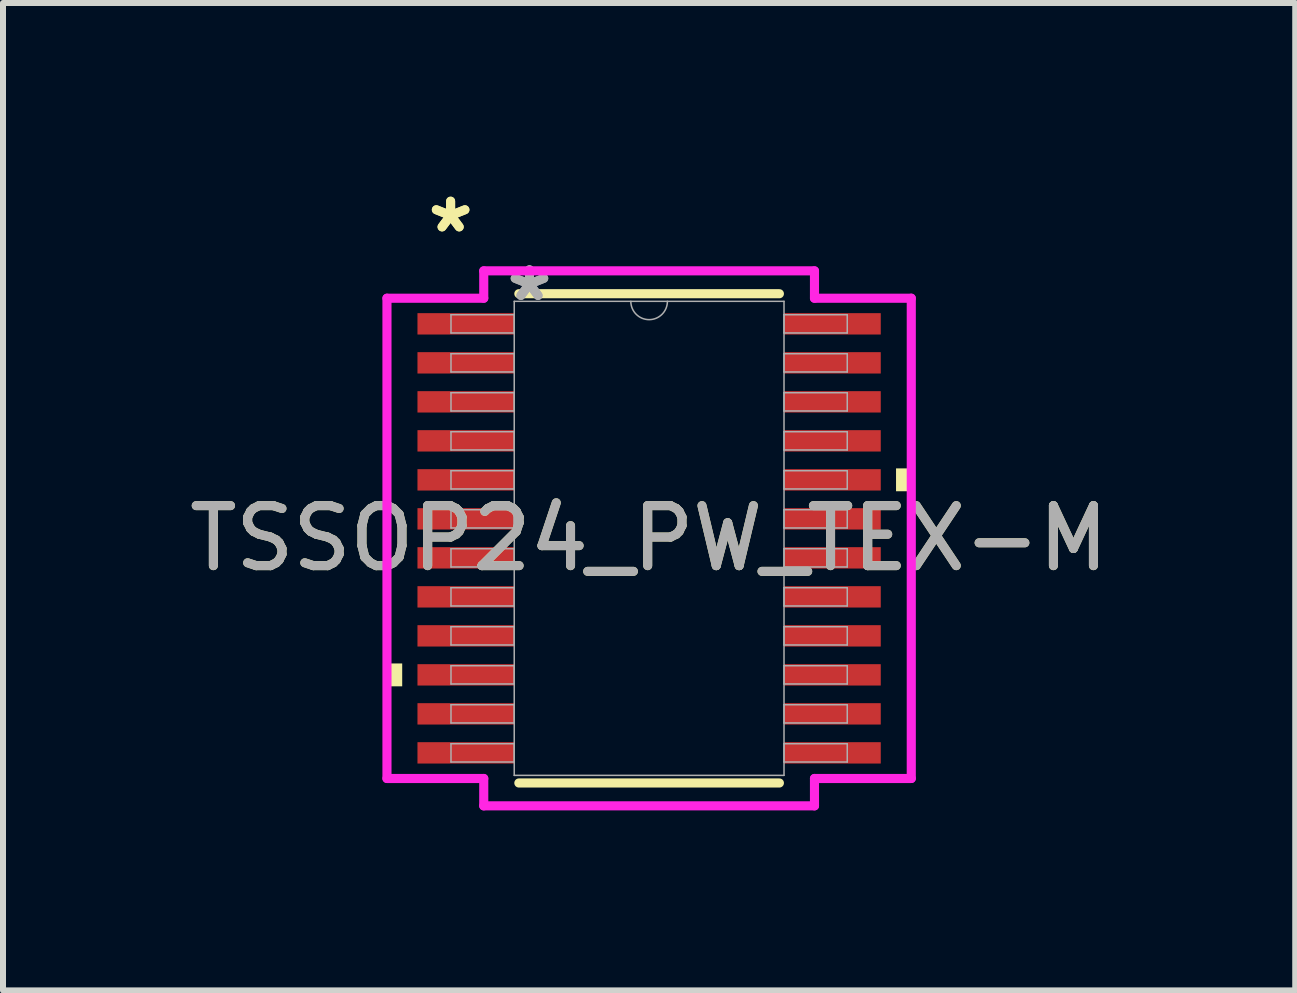
<source format=kicad_pcb>
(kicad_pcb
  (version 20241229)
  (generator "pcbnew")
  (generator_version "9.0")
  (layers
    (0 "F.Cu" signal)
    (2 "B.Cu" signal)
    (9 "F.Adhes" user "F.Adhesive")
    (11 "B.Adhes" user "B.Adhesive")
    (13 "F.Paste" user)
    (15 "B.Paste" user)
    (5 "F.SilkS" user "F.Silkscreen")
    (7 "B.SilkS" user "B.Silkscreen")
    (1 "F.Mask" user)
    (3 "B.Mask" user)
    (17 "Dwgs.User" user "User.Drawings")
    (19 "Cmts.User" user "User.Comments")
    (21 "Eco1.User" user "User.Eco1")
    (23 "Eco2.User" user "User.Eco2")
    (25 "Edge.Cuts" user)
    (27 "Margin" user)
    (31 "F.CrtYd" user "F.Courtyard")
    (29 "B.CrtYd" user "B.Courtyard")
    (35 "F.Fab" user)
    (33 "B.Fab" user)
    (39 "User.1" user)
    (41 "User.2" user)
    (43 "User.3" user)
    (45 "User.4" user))
  (footprint "TSSOP24_PW_TEX-M"
    (layer "F.Cu")
    (at 7.768 5.922)
    (property "Reference" "TSSOP24_PW_TEX-M" (at 0 0 0) (unlocked yes) (layer "F.SilkS") (effects (font (size 1 1) (thickness 0.15))))
    (attr smd)
    (fp_line (start -2.171 4.077) (end 2.171 4.077) (stroke (width 0.152) (type solid)) (layer "F.SilkS"))
    (fp_line (start 2.171 -4.077) (end -2.171 -4.077) (stroke (width 0.152) (type solid)) (layer "F.SilkS"))
    (fp_poly (pts (xy -4.369 2.085) (xy -4.369 2.466) (xy -4.115 2.466) (xy -4.115 2.085)) (stroke (width 0) (type solid)) (fill yes) (layer "F.SilkS"))
    (fp_poly (pts (xy 4.369 -1.166) (xy 4.369 -0.785) (xy 4.115 -0.785) (xy 4.115 -1.166)) (stroke (width 0) (type solid)) (fill yes) (layer "F.SilkS"))
    (fp_line (start -4.369 -4.002) (end -2.756 -4.002) (stroke (width 0.152) (type solid)) (layer "F.CrtYd"))
    (fp_line (start -4.369 4.002) (end -4.369 -4.002) (stroke (width 0.152) (type solid)) (layer "F.CrtYd"))
    (fp_line (start -4.369 4.002) (end -2.756 4.002) (stroke (width 0.152) (type solid)) (layer "F.CrtYd"))
    (fp_line (start -2.756 -4.458) (end 2.756 -4.458) (stroke (width 0.152) (type solid)) (layer "F.CrtYd"))
    (fp_line (start -2.756 -4.002) (end -2.756 -4.458) (stroke (width 0.152) (type solid)) (layer "F.CrtYd"))
    (fp_line (start -2.756 4.458) (end -2.756 4.002) (stroke (width 0.152) (type solid)) (layer "F.CrtYd"))
    (fp_line (start 2.756 -4.458) (end 2.756 -4.002) (stroke (width 0.152) (type solid)) (layer "F.CrtYd"))
    (fp_line (start 2.756 4.002) (end 2.756 4.458) (stroke (width 0.152) (type solid)) (layer "F.CrtYd"))
    (fp_line (start 2.756 4.458) (end -2.756 4.458) (stroke (width 0.152) (type solid)) (layer "F.CrtYd"))
    (fp_line (start 4.369 -4.002) (end 2.756 -4.002) (stroke (width 0.152) (type solid)) (layer "F.CrtYd"))
    (fp_line (start 4.369 -4.002) (end 4.369 4.002) (stroke (width 0.152) (type solid)) (layer "F.CrtYd"))
    (fp_line (start 4.369 4.002) (end 2.756 4.002) (stroke (width 0.152) (type solid)) (layer "F.CrtYd"))
    (fp_line (start -3.302 -3.727) (end -3.302 -3.423) (stroke (width 0.025) (type solid)) (layer "F.Fab"))
    (fp_line (start -3.302 -3.423) (end -2.248 -3.423) (stroke (width 0.025) (type solid)) (layer "F.Fab"))
    (fp_line (start -3.302 -3.077) (end -3.302 -2.773) (stroke (width 0.025) (type solid)) (layer "F.Fab"))
    (fp_line (start -3.302 -2.773) (end -2.248 -2.773) (stroke (width 0.025) (type solid)) (layer "F.Fab"))
    (fp_line (start -3.302 -2.427) (end -3.302 -2.123) (stroke (width 0.025) (type solid)) (layer "F.Fab"))
    (fp_line (start -3.302 -2.123) (end -2.248 -2.123) (stroke (width 0.025) (type solid)) (layer "F.Fab"))
    (fp_line (start -3.302 -1.777) (end -3.302 -1.473) (stroke (width 0.025) (type solid)) (layer "F.Fab"))
    (fp_line (start -3.302 -1.473) (end -2.248 -1.473) (stroke (width 0.025) (type solid)) (layer "F.Fab"))
    (fp_line (start -3.302 -1.127) (end -3.302 -0.823) (stroke (width 0.025) (type solid)) (layer "F.Fab"))
    (fp_line (start -3.302 -0.823) (end -2.248 -0.823) (stroke (width 0.025) (type solid)) (layer "F.Fab"))
    (fp_line (start -3.302 -0.477) (end -3.302 -0.173) (stroke (width 0.025) (type solid)) (layer "F.Fab"))
    (fp_line (start -3.302 -0.173) (end -2.248 -0.173) (stroke (width 0.025) (type solid)) (layer "F.Fab"))
    (fp_line (start -3.302 0.173) (end -3.302 0.477) (stroke (width 0.025) (type solid)) (layer "F.Fab"))
    (fp_line (start -3.302 0.477) (end -2.248 0.477) (stroke (width 0.025) (type solid)) (layer "F.Fab"))
    (fp_line (start -3.302 0.823) (end -3.302 1.127) (stroke (width 0.025) (type solid)) (layer "F.Fab"))
    (fp_line (start -3.302 1.127) (end -2.248 1.127) (stroke (width 0.025) (type solid)) (layer "F.Fab"))
    (fp_line (start -3.302 1.473) (end -3.302 1.777) (stroke (width 0.025) (type solid)) (layer "F.Fab"))
    (fp_line (start -3.302 1.777) (end -2.248 1.777) (stroke (width 0.025) (type solid)) (layer "F.Fab"))
    (fp_line (start -3.302 2.123) (end -3.302 2.427) (stroke (width 0.025) (type solid)) (layer "F.Fab"))
    (fp_line (start -3.302 2.427) (end -2.248 2.427) (stroke (width 0.025) (type solid)) (layer "F.Fab"))
    (fp_line (start -3.302 2.773) (end -3.302 3.077) (stroke (width 0.025) (type solid)) (layer "F.Fab"))
    (fp_line (start -3.302 3.077) (end -2.248 3.077) (stroke (width 0.025) (type solid)) (layer "F.Fab"))
    (fp_line (start -3.302 3.423) (end -3.302 3.727) (stroke (width 0.025) (type solid)) (layer "F.Fab"))
    (fp_line (start -3.302 3.727) (end -2.248 3.727) (stroke (width 0.025) (type solid)) (layer "F.Fab"))
    (fp_line (start -2.248 -3.95) (end -2.248 3.95) (stroke (width 0.025) (type solid)) (layer "F.Fab"))
    (fp_line (start -2.248 -3.727) (end -3.302 -3.727) (stroke (width 0.025) (type solid)) (layer "F.Fab"))
    (fp_line (start -2.248 -3.423) (end -2.248 -3.727) (stroke (width 0.025) (type solid)) (layer "F.Fab"))
    (fp_line (start -2.248 -3.077) (end -3.302 -3.077) (stroke (width 0.025) (type solid)) (layer "F.Fab"))
    (fp_line (start -2.248 -2.773) (end -2.248 -3.077) (stroke (width 0.025) (type solid)) (layer "F.Fab"))
    (fp_line (start -2.248 -2.427) (end -3.302 -2.427) (stroke (width 0.025) (type solid)) (layer "F.Fab"))
    (fp_line (start -2.248 -2.123) (end -2.248 -2.427) (stroke (width 0.025) (type solid)) (layer "F.Fab"))
    (fp_line (start -2.248 -1.777) (end -3.302 -1.777) (stroke (width 0.025) (type solid)) (layer "F.Fab"))
    (fp_line (start -2.248 -1.473) (end -2.248 -1.777) (stroke (width 0.025) (type solid)) (layer "F.Fab"))
    (fp_line (start -2.248 -1.127) (end -3.302 -1.127) (stroke (width 0.025) (type solid)) (layer "F.Fab"))
    (fp_line (start -2.248 -0.823) (end -2.248 -1.127) (stroke (width 0.025) (type solid)) (layer "F.Fab"))
    (fp_line (start -2.248 -0.477) (end -3.302 -0.477) (stroke (width 0.025) (type solid)) (layer "F.Fab"))
    (fp_line (start -2.248 -0.173) (end -2.248 -0.477) (stroke (width 0.025) (type solid)) (layer "F.Fab"))
    (fp_line (start -2.248 0.173) (end -3.302 0.173) (stroke (width 0.025) (type solid)) (layer "F.Fab"))
    (fp_line (start -2.248 0.477) (end -2.248 0.173) (stroke (width 0.025) (type solid)) (layer "F.Fab"))
    (fp_line (start -2.248 0.823) (end -3.302 0.823) (stroke (width 0.025) (type solid)) (layer "F.Fab"))
    (fp_line (start -2.248 1.127) (end -2.248 0.823) (stroke (width 0.025) (type solid)) (layer "F.Fab"))
    (fp_line (start -2.248 1.473) (end -3.302 1.473) (stroke (width 0.025) (type solid)) (layer "F.Fab"))
    (fp_line (start -2.248 1.777) (end -2.248 1.473) (stroke (width 0.025) (type solid)) (layer "F.Fab"))
    (fp_line (start -2.248 2.123) (end -3.302 2.123) (stroke (width 0.025) (type solid)) (layer "F.Fab"))
    (fp_line (start -2.248 2.427) (end -2.248 2.123) (stroke (width 0.025) (type solid)) (layer "F.Fab"))
    (fp_line (start -2.248 2.773) (end -3.302 2.773) (stroke (width 0.025) (type solid)) (layer "F.Fab"))
    (fp_line (start -2.248 3.077) (end -2.248 2.773) (stroke (width 0.025) (type solid)) (layer "F.Fab"))
    (fp_line (start -2.248 3.423) (end -3.302 3.423) (stroke (width 0.025) (type solid)) (layer "F.Fab"))
    (fp_line (start -2.248 3.727) (end -2.248 3.423) (stroke (width 0.025) (type solid)) (layer "F.Fab"))
    (fp_line (start -2.248 3.95) (end 2.248 3.95) (stroke (width 0.025) (type solid)) (layer "F.Fab"))
    (fp_line (start 2.248 -3.95) (end -2.248 -3.95) (stroke (width 0.025) (type solid)) (layer "F.Fab"))
    (fp_line (start 2.248 -3.727) (end 2.248 -3.423) (stroke (width 0.025) (type solid)) (layer "F.Fab"))
    (fp_line (start 2.248 -3.423) (end 3.302 -3.423) (stroke (width 0.025) (type solid)) (layer "F.Fab"))
    (fp_line (start 2.248 -3.077) (end 2.248 -2.773) (stroke (width 0.025) (type solid)) (layer "F.Fab"))
    (fp_line (start 2.248 -2.773) (end 3.302 -2.773) (stroke (width 0.025) (type solid)) (layer "F.Fab"))
    (fp_line (start 2.248 -2.427) (end 2.248 -2.123) (stroke (width 0.025) (type solid)) (layer "F.Fab"))
    (fp_line (start 2.248 -2.123) (end 3.302 -2.123) (stroke (width 0.025) (type solid)) (layer "F.Fab"))
    (fp_line (start 2.248 -1.777) (end 2.248 -1.473) (stroke (width 0.025) (type solid)) (layer "F.Fab"))
    (fp_line (start 2.248 -1.473) (end 3.302 -1.473) (stroke (width 0.025) (type solid)) (layer "F.Fab"))
    (fp_line (start 2.248 -1.127) (end 2.248 -0.823) (stroke (width 0.025) (type solid)) (layer "F.Fab"))
    (fp_line (start 2.248 -0.823) (end 3.302 -0.823) (stroke (width 0.025) (type solid)) (layer "F.Fab"))
    (fp_line (start 2.248 -0.477) (end 2.248 -0.173) (stroke (width 0.025) (type solid)) (layer "F.Fab"))
    (fp_line (start 2.248 -0.173) (end 3.302 -0.173) (stroke (width 0.025) (type solid)) (layer "F.Fab"))
    (fp_line (start 2.248 0.173) (end 2.248 0.477) (stroke (width 0.025) (type solid)) (layer "F.Fab"))
    (fp_line (start 2.248 0.477) (end 3.302 0.477) (stroke (width 0.025) (type solid)) (layer "F.Fab"))
    (fp_line (start 2.248 0.823) (end 2.248 1.127) (stroke (width 0.025) (type solid)) (layer "F.Fab"))
    (fp_line (start 2.248 1.127) (end 3.302 1.127) (stroke (width 0.025) (type solid)) (layer "F.Fab"))
    (fp_line (start 2.248 1.473) (end 2.248 1.777) (stroke (width 0.025) (type solid)) (layer "F.Fab"))
    (fp_line (start 2.248 1.777) (end 3.302 1.777) (stroke (width 0.025) (type solid)) (layer "F.Fab"))
    (fp_line (start 2.248 2.123) (end 2.248 2.427) (stroke (width 0.025) (type solid)) (layer "F.Fab"))
    (fp_line (start 2.248 2.427) (end 3.302 2.427) (stroke (width 0.025) (type solid)) (layer "F.Fab"))
    (fp_line (start 2.248 2.773) (end 2.248 3.077) (stroke (width 0.025) (type solid)) (layer "F.Fab"))
    (fp_line (start 2.248 3.077) (end 3.302 3.077) (stroke (width 0.025) (type solid)) (layer "F.Fab"))
    (fp_line (start 2.248 3.423) (end 2.248 3.727) (stroke (width 0.025) (type solid)) (layer "F.Fab"))
    (fp_line (start 2.248 3.727) (end 3.302 3.727) (stroke (width 0.025) (type solid)) (layer "F.Fab"))
    (fp_line (start 2.248 3.95) (end 2.248 -3.95) (stroke (width 0.025) (type solid)) (layer "F.Fab"))
    (fp_line (start 3.302 -3.727) (end 2.248 -3.727) (stroke (width 0.025) (type solid)) (layer "F.Fab"))
    (fp_line (start 3.302 -3.423) (end 3.302 -3.727) (stroke (width 0.025) (type solid)) (layer "F.Fab"))
    (fp_line (start 3.302 -3.077) (end 2.248 -3.077) (stroke (width 0.025) (type solid)) (layer "F.Fab"))
    (fp_line (start 3.302 -2.773) (end 3.302 -3.077) (stroke (width 0.025) (type solid)) (layer "F.Fab"))
    (fp_line (start 3.302 -2.427) (end 2.248 -2.427) (stroke (width 0.025) (type solid)) (layer "F.Fab"))
    (fp_line (start 3.302 -2.123) (end 3.302 -2.427) (stroke (width 0.025) (type solid)) (layer "F.Fab"))
    (fp_line (start 3.302 -1.777) (end 2.248 -1.777) (stroke (width 0.025) (type solid)) (layer "F.Fab"))
    (fp_line (start 3.302 -1.473) (end 3.302 -1.777) (stroke (width 0.025) (type solid)) (layer "F.Fab"))
    (fp_line (start 3.302 -1.127) (end 2.248 -1.127) (stroke (width 0.025) (type solid)) (layer "F.Fab"))
    (fp_line (start 3.302 -0.823) (end 3.302 -1.127) (stroke (width 0.025) (type solid)) (layer "F.Fab"))
    (fp_line (start 3.302 -0.477) (end 2.248 -0.477) (stroke (width 0.025) (type solid)) (layer "F.Fab"))
    (fp_line (start 3.302 -0.173) (end 3.302 -0.477) (stroke (width 0.025) (type solid)) (layer "F.Fab"))
    (fp_line (start 3.302 0.173) (end 2.248 0.173) (stroke (width 0.025) (type solid)) (layer "F.Fab"))
    (fp_line (start 3.302 0.477) (end 3.302 0.173) (stroke (width 0.025) (type solid)) (layer "F.Fab"))
    (fp_line (start 3.302 0.823) (end 2.248 0.823) (stroke (width 0.025) (type solid)) (layer "F.Fab"))
    (fp_line (start 3.302 1.127) (end 3.302 0.823) (stroke (width 0.025) (type solid)) (layer "F.Fab"))
    (fp_line (start 3.302 1.473) (end 2.248 1.473) (stroke (width 0.025) (type solid)) (layer "F.Fab"))
    (fp_line (start 3.302 1.777) (end 3.302 1.473) (stroke (width 0.025) (type solid)) (layer "F.Fab"))
    (fp_line (start 3.302 2.123) (end 2.248 2.123) (stroke (width 0.025) (type solid)) (layer "F.Fab"))
    (fp_line (start 3.302 2.427) (end 3.302 2.123) (stroke (width 0.025) (type solid)) (layer "F.Fab"))
    (fp_line (start 3.302 2.773) (end 2.248 2.773) (stroke (width 0.025) (type solid)) (layer "F.Fab"))
    (fp_line (start 3.302 3.077) (end 3.302 2.773) (stroke (width 0.025) (type solid)) (layer "F.Fab"))
    (fp_line (start 3.302 3.423) (end 2.248 3.423) (stroke (width 0.025) (type solid)) (layer "F.Fab"))
    (fp_line (start 3.302 3.727) (end 3.302 3.423) (stroke (width 0.025) (type solid)) (layer "F.Fab"))
    (fp_arc (start 0.3048 -3.9497) (mid 0 -3.6449) (end -0.3048 -3.9497) (stroke (width 0.0254) (type solid)) (layer "F.Fab"))
    (fp_text user "*" (at -3.308 -5.074 0) (unlocked yes) (layer "F.SilkS") (effects (font (size 1 1) (thickness 0.15))))
    (fp_text user "*" (at -3.308 -5.074 0) (layer "F.SilkS") (effects (font (size 1 1) (thickness 0.15))))
    (fp_text user "*" (at -1.994 -3.931 0) (layer "F.Fab") (effects (font (size 1 1) (thickness 0.15))))
    (fp_text user "${REFERENCE}" (at 0 0 0) (unlocked yes) (layer "F.Fab") (effects (font (size 1 1) (thickness 0.15))))
    (fp_text user "*" (at -1.994 -3.931 0) (unlocked yes) (layer "F.Fab") (effects (font (size 1 1) (thickness 0.15))))
    (pad "1" smd rect (at -3.054 -3.575) (size 1.613 0.356) (layers "F.Cu" "F.Mask" "F.Paste"))
    (pad "2" smd rect (at -3.054 -2.925) (size 1.613 0.356) (layers "F.Cu" "F.Mask" "F.Paste"))
    (pad "3" smd rect (at -3.054 -2.275) (size 1.613 0.356) (layers "F.Cu" "F.Mask" "F.Paste"))
    (pad "4" smd rect (at -3.054 -1.625) (size 1.613 0.356) (layers "F.Cu" "F.Mask" "F.Paste"))
    (pad "5" smd rect (at -3.054 -0.975) (size 1.613 0.356) (layers "F.Cu" "F.Mask" "F.Paste"))
    (pad "6" smd rect (at -3.054 -0.325) (size 1.613 0.356) (layers "F.Cu" "F.Mask" "F.Paste"))
    (pad "7" smd rect (at -3.054 0.325) (size 1.613 0.356) (layers "F.Cu" "F.Mask" "F.Paste"))
    (pad "8" smd rect (at -3.054 0.975) (size 1.613 0.356) (layers "F.Cu" "F.Mask" "F.Paste"))
    (pad "9" smd rect (at -3.054 1.625) (size 1.613 0.356) (layers "F.Cu" "F.Mask" "F.Paste"))
    (pad "10" smd rect (at -3.054 2.275) (size 1.613 0.356) (layers "F.Cu" "F.Mask" "F.Paste"))
    (pad "11" smd rect (at -3.054 2.925) (size 1.613 0.356) (layers "F.Cu" "F.Mask" "F.Paste"))
    (pad "12" smd rect (at -3.054 3.575) (size 1.613 0.356) (layers "F.Cu" "F.Mask" "F.Paste"))
    (pad "13" smd rect (at 3.054 3.575) (size 1.613 0.356) (layers "F.Cu" "F.Mask" "F.Paste"))
    (pad "14" smd rect (at 3.054 2.925) (size 1.613 0.356) (layers "F.Cu" "F.Mask" "F.Paste"))
    (pad "15" smd rect (at 3.054 2.275) (size 1.613 0.356) (layers "F.Cu" "F.Mask" "F.Paste"))
    (pad "16" smd rect (at 3.054 1.625) (size 1.613 0.356) (layers "F.Cu" "F.Mask" "F.Paste"))
    (pad "17" smd rect (at 3.054 0.975) (size 1.613 0.356) (layers "F.Cu" "F.Mask" "F.Paste"))
    (pad "18" smd rect (at 3.054 0.325) (size 1.613 0.356) (layers "F.Cu" "F.Mask" "F.Paste"))
    (pad "19" smd rect (at 3.054 -0.325) (size 1.613 0.356) (layers "F.Cu" "F.Mask" "F.Paste"))
    (pad "20" smd rect (at 3.054 -0.975) (size 1.613 0.356) (layers "F.Cu" "F.Mask" "F.Paste"))
    (pad "21" smd rect (at 3.054 -1.625) (size 1.613 0.356) (layers "F.Cu" "F.Mask" "F.Paste"))
    (pad "22" smd rect (at 3.054 -2.275) (size 1.613 0.356) (layers "F.Cu" "F.Mask" "F.Paste"))
    (pad "23" smd rect (at 3.054 -2.925) (size 1.613 0.356) (layers "F.Cu" "F.Mask" "F.Paste"))
    (pad "24" smd rect (at 3.054 -3.575) (size 1.613 0.356) (layers "F.Cu" "F.Mask" "F.Paste")))
  (gr_rect
    (start -3 -3)
    (end 18.536 13.456)
    (stroke (width 0.1) (type default))
    (fill no)
    (layer "Edge.Cuts")))
</source>
